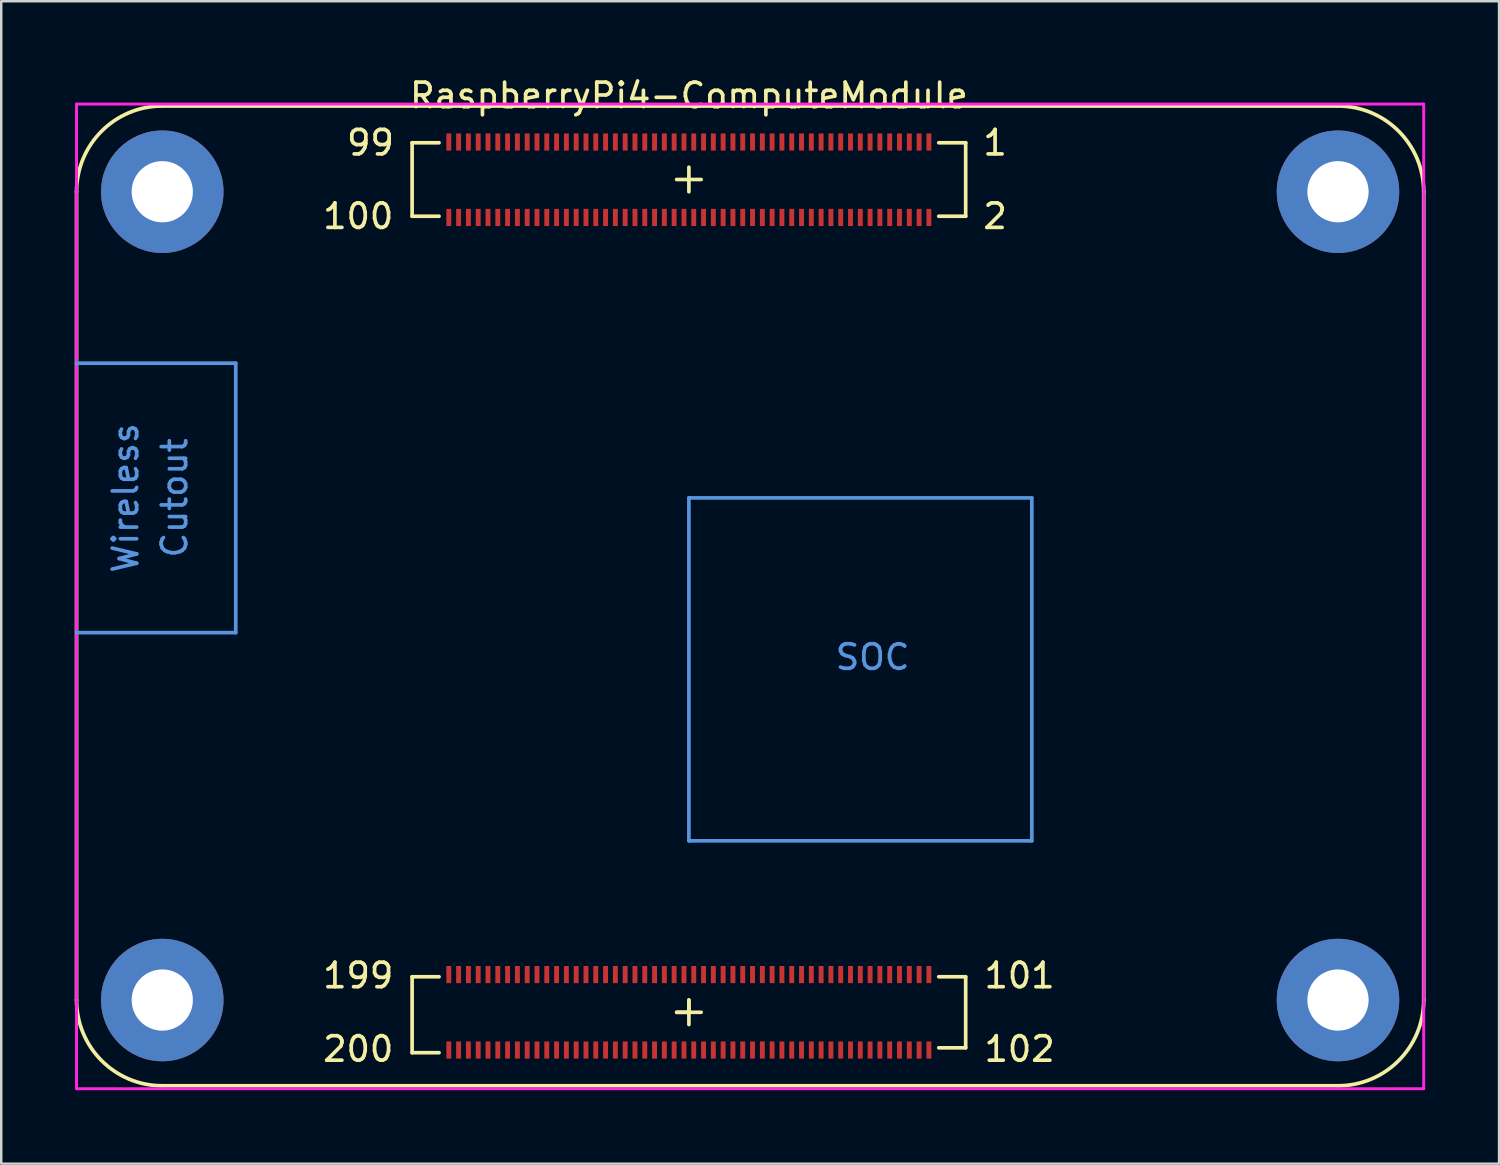
<source format=kicad_pcb>
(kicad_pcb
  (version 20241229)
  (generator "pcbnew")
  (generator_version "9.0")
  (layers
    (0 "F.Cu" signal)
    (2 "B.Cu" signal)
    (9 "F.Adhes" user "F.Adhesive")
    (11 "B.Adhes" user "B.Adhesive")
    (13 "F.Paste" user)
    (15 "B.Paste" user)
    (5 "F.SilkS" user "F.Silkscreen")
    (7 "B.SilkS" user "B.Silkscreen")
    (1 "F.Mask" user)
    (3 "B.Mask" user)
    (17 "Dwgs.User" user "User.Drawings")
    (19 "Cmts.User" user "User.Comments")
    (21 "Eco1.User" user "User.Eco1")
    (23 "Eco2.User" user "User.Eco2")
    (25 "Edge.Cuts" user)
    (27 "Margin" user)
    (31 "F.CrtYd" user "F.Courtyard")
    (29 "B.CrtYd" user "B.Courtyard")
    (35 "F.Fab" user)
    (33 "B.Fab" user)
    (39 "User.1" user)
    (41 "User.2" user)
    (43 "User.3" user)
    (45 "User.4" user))
  (footprint "RaspberryPi4-ComputeModule"
    (layer "F.Cu")
    (at 25.075 21.598)
    (property "Reference" "RaspberryPi4-ComputeModule" (at 0 -20.75 0) (layer "F.SilkS") (effects (font (size 1 1) (thickness 0.15))))
    (attr through_hole)
    (fp_line (start -25 16.18) (end -25 -16.82) (stroke (width 0.15) (type solid)) (layer "F.SilkS"))
    (fp_line (start -21.5 -20.32) (end 26.5 -20.32) (stroke (width 0.15) (type solid)) (layer "F.SilkS"))
    (fp_line (start -21.5 19.68) (end 26.5 19.68) (stroke (width 0.15) (type solid)) (layer "F.SilkS"))
    (fp_line (start -11.3 -18.82) (end -11.3 -15.82) (stroke (width 0.15) (type solid)) (layer "F.SilkS"))
    (fp_line (start -11.3 -18.82) (end -10.2 -18.82) (stroke (width 0.15) (type solid)) (layer "F.SilkS"))
    (fp_line (start -11.3 -15.82) (end -10.2 -15.82) (stroke (width 0.15) (type solid)) (layer "F.SilkS"))
    (fp_line (start -11.3 15.23) (end -11.3 18.33) (stroke (width 0.15) (type solid)) (layer "F.SilkS"))
    (fp_line (start -11.3 18.33) (end -10.2 18.33) (stroke (width 0.15) (type solid)) (layer "F.SilkS"))
    (fp_line (start -10.2 15.23) (end -11.3 15.23) (stroke (width 0.15) (type solid)) (layer "F.SilkS"))
    (fp_line (start -0.5 -17.32) (end 0.5 -17.32) (stroke (width 0.15) (type solid)) (layer "F.SilkS"))
    (fp_line (start -0.5 16.68) (end 0 16.68) (stroke (width 0.15) (type solid)) (layer "F.SilkS"))
    (fp_line (start 0 -17.82) (end 0 -16.82) (stroke (width 0.15) (type solid)) (layer "F.SilkS"))
    (fp_line (start 0 16.18) (end 0 16.68) (stroke (width 0.15) (type solid)) (layer "F.SilkS"))
    (fp_line (start 0 16.68) (end -0.5 16.68) (stroke (width 0.15) (type solid)) (layer "F.SilkS"))
    (fp_line (start 0 16.68) (end 0 16.18) (stroke (width 0.15) (type solid)) (layer "F.SilkS"))
    (fp_line (start 0 16.68) (end 0 17.18) (stroke (width 0.15) (type solid)) (layer "F.SilkS"))
    (fp_line (start 0 16.68) (end 0.5 16.68) (stroke (width 0.15) (type solid)) (layer "F.SilkS"))
    (fp_line (start 10.2 15.23) (end 11.3 15.23) (stroke (width 0.15) (type solid)) (layer "F.SilkS"))
    (fp_line (start 11.3 -18.82) (end 10.2 -18.82) (stroke (width 0.15) (type solid)) (layer "F.SilkS"))
    (fp_line (start 11.3 -18.82) (end 11.3 -15.82) (stroke (width 0.15) (type solid)) (layer "F.SilkS"))
    (fp_line (start 11.3 -15.82) (end 10.2 -15.82) (stroke (width 0.15) (type solid)) (layer "F.SilkS"))
    (fp_line (start 11.3 15.23) (end 11.3 18.13) (stroke (width 0.15) (type solid)) (layer "F.SilkS"))
    (fp_line (start 11.3 18.13) (end 10.2 18.13) (stroke (width 0.15) (type solid)) (layer "F.SilkS"))
    (fp_line (start 30 -16.82) (end 30 16.18) (stroke (width 0.15) (type solid)) (layer "F.SilkS"))
    (fp_arc (start -25 -16.82) (mid -23.974874 -19.294874) (end -21.5 -20.32) (stroke (width 0.15) (type solid)) (layer "F.SilkS"))
    (fp_arc (start -21.5 19.68) (mid -23.974874 18.654874) (end -25 16.18) (stroke (width 0.15) (type solid)) (layer "F.SilkS"))
    (fp_arc (start 26.5 -20.32) (mid 28.974874 -19.294874) (end 30 -16.82) (stroke (width 0.15) (type solid)) (layer "F.SilkS"))
    (fp_arc (start 30 16.18) (mid 28.974874 18.654874) (end 26.5 19.68) (stroke (width 0.15) (type solid)) (layer "F.SilkS"))
    (fp_line (start -25 1.18) (end -18.5 1.18) (stroke (width 0.15) (type solid)) (layer "Cmts.User"))
    (fp_line (start -18.5 -9.82) (end -25 -9.82) (stroke (width 0.15) (type solid)) (layer "Cmts.User"))
    (fp_line (start -18.5 1.18) (end -18.5 -9.82) (stroke (width 0.15) (type solid)) (layer "Cmts.User"))
    (fp_line (start 0 -4.32) (end 14 -4.32) (stroke (width 0.15) (type solid)) (layer "Cmts.User"))
    (fp_line (start 0 9.68) (end 0 -4.32) (stroke (width 0.15) (type solid)) (layer "Cmts.User"))
    (fp_line (start 14 -4.32) (end 14 9.68) (stroke (width 0.15) (type solid)) (layer "Cmts.User"))
    (fp_line (start 14 9.68) (end 0 9.68) (stroke (width 0.15) (type solid)) (layer "Cmts.User"))
    (fp_line (start -25 -20.4) (end 30 -20.4) (stroke (width 0.12) (type solid)) (layer "F.CrtYd"))
    (fp_line (start -25 19.8) (end -25 -20.4) (stroke (width 0.12) (type solid)) (layer "F.CrtYd"))
    (fp_line (start 30 -20.4) (end 30 19.8) (stroke (width 0.12) (type solid)) (layer "F.CrtYd"))
    (fp_line (start 30 19.8) (end -25 19.8) (stroke (width 0.12) (type solid)) (layer "F.CrtYd"))
    (fp_text user "100" (at -13.5 -15.82 0) (layer "F.SilkS") (effects (font (size 1 1) (thickness 0.15))))
    (fp_text user "199" (at -13.5 15.18 0) (layer "F.SilkS") (effects (font (size 1 1) (thickness 0.15))))
    (fp_text user "200" (at -13.5 18.18 0) (layer "F.SilkS") (effects (font (size 1 1) (thickness 0.15))))
    (fp_text user "99" (at -13 -18.82 0) (layer "F.SilkS") (effects (font (size 1 1) (thickness 0.15))))
    (fp_text user "1" (at 12.5 -18.82 0) (layer "F.SilkS") (effects (font (size 1 1) (thickness 0.15))))
    (fp_text user "102" (at 13.5 18.18 0) (layer "F.SilkS") (effects (font (size 1 1) (thickness 0.15))))
    (fp_text user "2" (at 12.5 -15.82 0) (layer "F.SilkS") (effects (font (size 1 1) (thickness 0.15))))
    (fp_text user "101" (at 13.5 15.18 0) (layer "F.SilkS") (effects (font (size 1 1) (thickness 0.15))))
    (fp_text user "Cutout" (at -21 -4.32 270) (layer "Cmts.User") (effects (font (size 1 1) (thickness 0.15))))
    (fp_text user "Wireless" (at -23 -4.32 90) (layer "Cmts.User") (effects (font (size 1 1) (thickness 0.15))))
    (fp_text user "SOC" (at 7.5 2.18 0) (layer "Cmts.User") (effects (font (size 1 1) (thickness 0.15))))
    (pad "1" smd rect (at 9.798 -18.85 180) (size 0.2 0.7) (layers "F.Cu" "F.Mask" "F.Paste"))
    (pad "2" smd rect (at 9.798 -15.77 180) (size 0.2 0.7) (layers "F.Cu" "F.Mask" "F.Paste"))
    (pad "3" smd rect (at 9.398 -18.85 180) (size 0.2 0.7) (layers "F.Cu" "F.Mask" "F.Paste"))
    (pad "4" smd rect (at 9.398 -15.77 180) (size 0.2 0.7) (layers "F.Cu" "F.Mask" "F.Paste"))
    (pad "5" smd rect (at 8.998 -18.85 180) (size 0.2 0.7) (layers "F.Cu" "F.Mask" "F.Paste"))
    (pad "6" smd rect (at 8.998 -15.77 180) (size 0.2 0.7) (layers "F.Cu" "F.Mask" "F.Paste"))
    (pad "7" smd rect (at 8.598 -18.85 180) (size 0.2 0.7) (layers "F.Cu" "F.Mask" "F.Paste"))
    (pad "8" smd rect (at 8.598 -15.77 180) (size 0.2 0.7) (layers "F.Cu" "F.Mask" "F.Paste"))
    (pad "9" smd rect (at 8.198 -18.85 180) (size 0.2 0.7) (layers "F.Cu" "F.Mask" "F.Paste"))
    (pad "10" smd rect (at 8.198 -15.77 180) (size 0.2 0.7) (layers "F.Cu" "F.Mask" "F.Paste"))
    (pad "11" smd rect (at 7.798 -18.85 180) (size 0.2 0.7) (layers "F.Cu" "F.Mask" "F.Paste"))
    (pad "12" smd rect (at 7.798 -15.77 180) (size 0.2 0.7) (layers "F.Cu" "F.Mask" "F.Paste"))
    (pad "13" smd rect (at 7.398 -18.85 180) (size 0.2 0.7) (layers "F.Cu" "F.Mask" "F.Paste"))
    (pad "14" smd rect (at 7.398 -15.77 180) (size 0.2 0.7) (layers "F.Cu" "F.Mask" "F.Paste"))
    (pad "15" smd rect (at 6.998 -18.85 180) (size 0.2 0.7) (layers "F.Cu" "F.Mask" "F.Paste"))
    (pad "16" smd rect (at 6.998 -15.77 180) (size 0.2 0.7) (layers "F.Cu" "F.Mask" "F.Paste"))
    (pad "17" smd rect (at 6.598 -18.85 180) (size 0.2 0.7) (layers "F.Cu" "F.Mask" "F.Paste"))
    (pad "18" smd rect (at 6.598 -15.77 180) (size 0.2 0.7) (layers "F.Cu" "F.Mask" "F.Paste"))
    (pad "19" smd rect (at 6.198 -18.85 180) (size 0.2 0.7) (layers "F.Cu" "F.Mask" "F.Paste"))
    (pad "20" smd rect (at 6.198 -15.77 180) (size 0.2 0.7) (layers "F.Cu" "F.Mask" "F.Paste"))
    (pad "21" smd rect (at 5.798 -18.85 180) (size 0.2 0.7) (layers "F.Cu" "F.Mask" "F.Paste"))
    (pad "22" smd rect (at 5.798 -15.77 180) (size 0.2 0.7) (layers "F.Cu" "F.Mask" "F.Paste"))
    (pad "23" smd rect (at 5.398 -18.85 180) (size 0.2 0.7) (layers "F.Cu" "F.Mask" "F.Paste"))
    (pad "24" smd rect (at 5.398 -15.77 180) (size 0.2 0.7) (layers "F.Cu" "F.Mask" "F.Paste"))
    (pad "25" smd rect (at 4.998 -18.85 180) (size 0.2 0.7) (layers "F.Cu" "F.Mask" "F.Paste"))
    (pad "26" smd rect (at 4.998 -15.77 180) (size 0.2 0.7) (layers "F.Cu" "F.Mask" "F.Paste"))
    (pad "27" smd rect (at 4.598 -18.85 180) (size 0.2 0.7) (layers "F.Cu" "F.Mask" "F.Paste"))
    (pad "28" smd rect (at 4.598 -15.77 180) (size 0.2 0.7) (layers "F.Cu" "F.Mask" "F.Paste"))
    (pad "29" smd rect (at 4.198 -18.85 180) (size 0.2 0.7) (layers "F.Cu" "F.Mask" "F.Paste"))
    (pad "30" smd rect (at 4.198 -15.77 180) (size 0.2 0.7) (layers "F.Cu" "F.Mask" "F.Paste"))
    (pad "31" smd rect (at 3.798 -18.85 180) (size 0.2 0.7) (layers "F.Cu" "F.Mask" "F.Paste"))
    (pad "32" smd rect (at 3.798 -15.77 180) (size 0.2 0.7) (layers "F.Cu" "F.Mask" "F.Paste"))
    (pad "33" smd rect (at 3.398 -18.85 180) (size 0.2 0.7) (layers "F.Cu" "F.Mask" "F.Paste"))
    (pad "34" smd rect (at 3.398 -15.77 180) (size 0.2 0.7) (layers "F.Cu" "F.Mask" "F.Paste"))
    (pad "35" smd rect (at 2.998 -18.85 180) (size 0.2 0.7) (layers "F.Cu" "F.Mask" "F.Paste"))
    (pad "36" smd rect (at 2.998 -15.77 180) (size 0.2 0.7) (layers "F.Cu" "F.Mask" "F.Paste"))
    (pad "37" smd rect (at 2.598 -18.85 180) (size 0.2 0.7) (layers "F.Cu" "F.Mask" "F.Paste"))
    (pad "38" smd rect (at 2.598 -15.77 180) (size 0.2 0.7) (layers "F.Cu" "F.Mask" "F.Paste"))
    (pad "39" smd rect (at 2.198 -18.85 180) (size 0.2 0.7) (layers "F.Cu" "F.Mask" "F.Paste"))
    (pad "40" smd rect (at 2.198 -15.77 180) (size 0.2 0.7) (layers "F.Cu" "F.Mask" "F.Paste"))
    (pad "41" smd rect (at 1.798 -18.85 180) (size 0.2 0.7) (layers "F.Cu" "F.Mask" "F.Paste"))
    (pad "42" smd rect (at 1.798 -15.77 180) (size 0.2 0.7) (layers "F.Cu" "F.Mask" "F.Paste"))
    (pad "43" smd rect (at 1.398 -18.85 180) (size 0.2 0.7) (layers "F.Cu" "F.Mask" "F.Paste"))
    (pad "44" smd rect (at 1.398 -15.77 180) (size 0.2 0.7) (layers "F.Cu" "F.Mask" "F.Paste"))
    (pad "45" smd rect (at 0.998 -18.85 180) (size 0.2 0.7) (layers "F.Cu" "F.Mask" "F.Paste"))
    (pad "46" smd rect (at 0.998 -15.77 180) (size 0.2 0.7) (layers "F.Cu" "F.Mask" "F.Paste"))
    (pad "47" smd rect (at 0.598 -18.85 180) (size 0.2 0.7) (layers "F.Cu" "F.Mask" "F.Paste"))
    (pad "48" smd rect (at 0.598 -15.77 180) (size 0.2 0.7) (layers "F.Cu" "F.Mask" "F.Paste"))
    (pad "49" smd rect (at 0.198 -18.85 180) (size 0.2 0.7) (layers "F.Cu" "F.Mask" "F.Paste"))
    (pad "50" smd rect (at 0.198 -15.77 180) (size 0.2 0.7) (layers "F.Cu" "F.Mask" "F.Paste"))
    (pad "51" smd rect (at -0.202 -18.85 180) (size 0.2 0.7) (layers "F.Cu" "F.Mask" "F.Paste"))
    (pad "52" smd rect (at -0.202 -15.77 180) (size 0.2 0.7) (layers "F.Cu" "F.Mask" "F.Paste"))
    (pad "53" smd rect (at -0.602 -18.85 180) (size 0.2 0.7) (layers "F.Cu" "F.Mask" "F.Paste"))
    (pad "54" smd rect (at -0.602 -15.77 180) (size 0.2 0.7) (layers "F.Cu" "F.Mask" "F.Paste"))
    (pad "55" smd rect (at -1.002 -18.85 180) (size 0.2 0.7) (layers "F.Cu" "F.Mask" "F.Paste"))
    (pad "56" smd rect (at -1.002 -15.77 180) (size 0.2 0.7) (layers "F.Cu" "F.Mask" "F.Paste"))
    (pad "57" smd rect (at -1.402 -18.85 180) (size 0.2 0.7) (layers "F.Cu" "F.Mask" "F.Paste"))
    (pad "58" smd rect (at -1.402 -15.77 180) (size 0.2 0.7) (layers "F.Cu" "F.Mask" "F.Paste"))
    (pad "59" smd rect (at -1.802 -18.85 180) (size 0.2 0.7) (layers "F.Cu" "F.Mask" "F.Paste"))
    (pad "60" smd rect (at -1.802 -15.77 180) (size 0.2 0.7) (layers "F.Cu" "F.Mask" "F.Paste"))
    (pad "61" smd rect (at -2.202 -18.85 180) (size 0.2 0.7) (layers "F.Cu" "F.Mask" "F.Paste"))
    (pad "62" smd rect (at -2.202 -15.77 180) (size 0.2 0.7) (layers "F.Cu" "F.Mask" "F.Paste"))
    (pad "63" smd rect (at -2.602 -18.85 180) (size 0.2 0.7) (layers "F.Cu" "F.Mask" "F.Paste"))
    (pad "64" smd rect (at -2.602 -15.77 180) (size 0.2 0.7) (layers "F.Cu" "F.Mask" "F.Paste"))
    (pad "65" smd rect (at -3.002 -18.85 180) (size 0.2 0.7) (layers "F.Cu" "F.Mask" "F.Paste"))
    (pad "66" smd rect (at -3.002 -15.77 180) (size 0.2 0.7) (layers "F.Cu" "F.Mask" "F.Paste"))
    (pad "67" smd rect (at -3.402 -18.85 180) (size 0.2 0.7) (layers "F.Cu" "F.Mask" "F.Paste"))
    (pad "68" smd rect (at -3.402 -15.77 180) (size 0.2 0.7) (layers "F.Cu" "F.Mask" "F.Paste"))
    (pad "69" smd rect (at -3.802 -18.85 180) (size 0.2 0.7) (layers "F.Cu" "F.Mask" "F.Paste"))
    (pad "70" smd rect (at -3.802 -15.77 180) (size 0.2 0.7) (layers "F.Cu" "F.Mask" "F.Paste"))
    (pad "71" smd rect (at -4.202 -18.85 180) (size 0.2 0.7) (layers "F.Cu" "F.Mask" "F.Paste"))
    (pad "72" smd rect (at -4.202 -15.77 180) (size 0.2 0.7) (layers "F.Cu" "F.Mask" "F.Paste"))
    (pad "73" smd rect (at -4.602 -18.85 180) (size 0.2 0.7) (layers "F.Cu" "F.Mask" "F.Paste"))
    (pad "74" smd rect (at -4.602 -15.77 180) (size 0.2 0.7) (layers "F.Cu" "F.Mask" "F.Paste"))
    (pad "75" smd rect (at -5.002 -18.85 180) (size 0.2 0.7) (layers "F.Cu" "F.Mask" "F.Paste"))
    (pad "76" smd rect (at -5.002 -15.77 180) (size 0.2 0.7) (layers "F.Cu" "F.Mask" "F.Paste"))
    (pad "77" smd rect (at -5.402 -18.85 180) (size 0.2 0.7) (layers "F.Cu" "F.Mask" "F.Paste"))
    (pad "78" smd rect (at -5.402 -15.77 180) (size 0.2 0.7) (layers "F.Cu" "F.Mask" "F.Paste"))
    (pad "79" smd rect (at -5.802 -18.85 180) (size 0.2 0.7) (layers "F.Cu" "F.Mask" "F.Paste"))
    (pad "80" smd rect (at -5.802 -15.77 180) (size 0.2 0.7) (layers "F.Cu" "F.Mask" "F.Paste"))
    (pad "81" smd rect (at -6.202 -18.85 180) (size 0.2 0.7) (layers "F.Cu" "F.Mask" "F.Paste"))
    (pad "82" smd rect (at -6.202 -15.77 180) (size 0.2 0.7) (layers "F.Cu" "F.Mask" "F.Paste"))
    (pad "83" smd rect (at -6.602 -18.85 180) (size 0.2 0.7) (layers "F.Cu" "F.Mask" "F.Paste"))
    (pad "84" smd rect (at -6.602 -15.77 180) (size 0.2 0.7) (layers "F.Cu" "F.Mask" "F.Paste"))
    (pad "85" smd rect (at -7.002 -18.85 180) (size 0.2 0.7) (layers "F.Cu" "F.Mask" "F.Paste"))
    (pad "86" smd rect (at -7.002 -15.77 180) (size 0.2 0.7) (layers "F.Cu" "F.Mask" "F.Paste"))
    (pad "87" smd rect (at -7.402 -18.85 180) (size 0.2 0.7) (layers "F.Cu" "F.Mask" "F.Paste"))
    (pad "88" smd rect (at -7.402 -15.77 180) (size 0.2 0.7) (layers "F.Cu" "F.Mask" "F.Paste"))
    (pad "89" smd rect (at -7.802 -18.85 180) (size 0.2 0.7) (layers "F.Cu" "F.Mask" "F.Paste"))
    (pad "90" smd rect (at -7.802 -15.77 180) (size 0.2 0.7) (layers "F.Cu" "F.Mask" "F.Paste"))
    (pad "91" smd rect (at -8.202 -18.85 180) (size 0.2 0.7) (layers "F.Cu" "F.Mask" "F.Paste"))
    (pad "92" smd rect (at -8.202 -15.77 180) (size 0.2 0.7) (layers "F.Cu" "F.Mask" "F.Paste"))
    (pad "93" smd rect (at -8.602 -18.85 180) (size 0.2 0.7) (layers "F.Cu" "F.Mask" "F.Paste"))
    (pad "94" smd rect (at -8.602 -15.77 180) (size 0.2 0.7) (layers "F.Cu" "F.Mask" "F.Paste"))
    (pad "95" smd rect (at -9.002 -18.85 180) (size 0.2 0.7) (layers "F.Cu" "F.Mask" "F.Paste"))
    (pad "96" smd rect (at -9.002 -15.77 180) (size 0.2 0.7) (layers "F.Cu" "F.Mask" "F.Paste"))
    (pad "97" smd rect (at -9.402 -18.85 180) (size 0.2 0.7) (layers "F.Cu" "F.Mask" "F.Paste"))
    (pad "98" smd rect (at -9.402 -15.77 180) (size 0.2 0.7) (layers "F.Cu" "F.Mask" "F.Paste"))
    (pad "99" smd rect (at -9.802 -18.85 180) (size 0.2 0.7) (layers "F.Cu" "F.Mask" "F.Paste"))
    (pad "100" smd rect (at -9.802 -15.77 180) (size 0.2 0.7) (layers "F.Cu" "F.Mask" "F.Paste"))
    (pad "101" smd rect (at 9.798 15.14 180) (size 0.2 0.7) (layers "F.Cu" "F.Mask" "F.Paste"))
    (pad "102" smd rect (at 9.798 18.22 180) (size 0.2 0.7) (layers "F.Cu" "F.Mask" "F.Paste"))
    (pad "103" smd rect (at 9.398 15.14 180) (size 0.2 0.7) (layers "F.Cu" "F.Mask" "F.Paste"))
    (pad "104" smd rect (at 9.398 18.22 180) (size 0.2 0.7) (layers "F.Cu" "F.Mask" "F.Paste"))
    (pad "105" smd rect (at 8.998 15.14 180) (size 0.2 0.7) (layers "F.Cu" "F.Mask" "F.Paste"))
    (pad "106" smd rect (at 8.998 18.22 180) (size 0.2 0.7) (layers "F.Cu" "F.Mask" "F.Paste"))
    (pad "107" smd rect (at 8.598 15.14 180) (size 0.2 0.7) (layers "F.Cu" "F.Mask" "F.Paste"))
    (pad "108" smd rect (at 8.598 18.22 180) (size 0.2 0.7) (layers "F.Cu" "F.Mask" "F.Paste"))
    (pad "109" smd rect (at 8.198 15.14 180) (size 0.2 0.7) (layers "F.Cu" "F.Mask" "F.Paste"))
    (pad "110" smd rect (at 8.198 18.22 180) (size 0.2 0.7) (layers "F.Cu" "F.Mask" "F.Paste"))
    (pad "111" smd rect (at 7.798 15.14 180) (size 0.2 0.7) (layers "F.Cu" "F.Mask" "F.Paste"))
    (pad "112" smd rect (at 7.798 18.22 180) (size 0.2 0.7) (layers "F.Cu" "F.Mask" "F.Paste"))
    (pad "113" smd rect (at 7.398 15.14 180) (size 0.2 0.7) (layers "F.Cu" "F.Mask" "F.Paste"))
    (pad "114" smd rect (at 7.398 18.22 180) (size 0.2 0.7) (layers "F.Cu" "F.Mask" "F.Paste"))
    (pad "115" smd rect (at 6.998 15.14 180) (size 0.2 0.7) (layers "F.Cu" "F.Mask" "F.Paste"))
    (pad "116" smd rect (at 6.998 18.22 180) (size 0.2 0.7) (layers "F.Cu" "F.Mask" "F.Paste"))
    (pad "117" smd rect (at 6.598 15.14 180) (size 0.2 0.7) (layers "F.Cu" "F.Mask" "F.Paste"))
    (pad "118" smd rect (at 6.598 18.22 180) (size 0.2 0.7) (layers "F.Cu" "F.Mask" "F.Paste"))
    (pad "119" smd rect (at 6.198 15.14 180) (size 0.2 0.7) (layers "F.Cu" "F.Mask" "F.Paste"))
    (pad "120" smd rect (at 6.198 18.22 180) (size 0.2 0.7) (layers "F.Cu" "F.Mask" "F.Paste"))
    (pad "121" smd rect (at 5.798 15.14 180) (size 0.2 0.7) (layers "F.Cu" "F.Mask" "F.Paste"))
    (pad "122" smd rect (at 5.798 18.22 180) (size 0.2 0.7) (layers "F.Cu" "F.Mask" "F.Paste"))
    (pad "123" smd rect (at 5.398 15.14 180) (size 0.2 0.7) (layers "F.Cu" "F.Mask" "F.Paste"))
    (pad "124" smd rect (at 5.398 18.22 180) (size 0.2 0.7) (layers "F.Cu" "F.Mask" "F.Paste"))
    (pad "125" smd rect (at 4.998 15.14 180) (size 0.2 0.7) (layers "F.Cu" "F.Mask" "F.Paste"))
    (pad "126" smd rect (at 4.998 18.22 180) (size 0.2 0.7) (layers "F.Cu" "F.Mask" "F.Paste"))
    (pad "127" smd rect (at 4.598 15.14 180) (size 0.2 0.7) (layers "F.Cu" "F.Mask" "F.Paste"))
    (pad "128" smd rect (at 4.598 18.22 180) (size 0.2 0.7) (layers "F.Cu" "F.Mask" "F.Paste"))
    (pad "129" smd rect (at 4.198 15.14 180) (size 0.2 0.7) (layers "F.Cu" "F.Mask" "F.Paste"))
    (pad "130" smd rect (at 4.198 18.22 180) (size 0.2 0.7) (layers "F.Cu" "F.Mask" "F.Paste"))
    (pad "131" smd rect (at 3.798 15.14 180) (size 0.2 0.7) (layers "F.Cu" "F.Mask" "F.Paste"))
    (pad "132" smd rect (at 3.798 18.22 180) (size 0.2 0.7) (layers "F.Cu" "F.Mask" "F.Paste"))
    (pad "133" smd rect (at 3.398 15.14 180) (size 0.2 0.7) (layers "F.Cu" "F.Mask" "F.Paste"))
    (pad "134" smd rect (at 3.398 18.22 180) (size 0.2 0.7) (layers "F.Cu" "F.Mask" "F.Paste"))
    (pad "135" smd rect (at 2.998 15.14 180) (size 0.2 0.7) (layers "F.Cu" "F.Mask" "F.Paste"))
    (pad "136" smd rect (at 2.998 18.22 180) (size 0.2 0.7) (layers "F.Cu" "F.Mask" "F.Paste"))
    (pad "137" smd rect (at 2.598 15.14 180) (size 0.2 0.7) (layers "F.Cu" "F.Mask" "F.Paste"))
    (pad "138" smd rect (at 2.598 18.22 180) (size 0.2 0.7) (layers "F.Cu" "F.Mask" "F.Paste"))
    (pad "139" smd rect (at 2.198 15.14 180) (size 0.2 0.7) (layers "F.Cu" "F.Mask" "F.Paste"))
    (pad "140" smd rect (at 2.198 18.22 180) (size 0.2 0.7) (layers "F.Cu" "F.Mask" "F.Paste"))
    (pad "141" smd rect (at 1.798 15.14 180) (size 0.2 0.7) (layers "F.Cu" "F.Mask" "F.Paste"))
    (pad "142" smd rect (at 1.798 18.22 180) (size 0.2 0.7) (layers "F.Cu" "F.Mask" "F.Paste"))
    (pad "143" smd rect (at 1.398 15.14 180) (size 0.2 0.7) (layers "F.Cu" "F.Mask" "F.Paste"))
    (pad "144" smd rect (at 1.398 18.22 180) (size 0.2 0.7) (layers "F.Cu" "F.Mask" "F.Paste"))
    (pad "145" smd rect (at 0.998 15.14 180) (size 0.2 0.7) (layers "F.Cu" "F.Mask" "F.Paste"))
    (pad "146" smd rect (at 0.998 18.22 180) (size 0.2 0.7) (layers "F.Cu" "F.Mask" "F.Paste"))
    (pad "147" smd rect (at 0.598 15.14 180) (size 0.2 0.7) (layers "F.Cu" "F.Mask" "F.Paste"))
    (pad "148" smd rect (at 0.598 18.22 180) (size 0.2 0.7) (layers "F.Cu" "F.Mask" "F.Paste"))
    (pad "149" smd rect (at 0.198 15.14 180) (size 0.2 0.7) (layers "F.Cu" "F.Mask" "F.Paste"))
    (pad "150" smd rect (at 0.198 18.22 180) (size 0.2 0.7) (layers "F.Cu" "F.Mask" "F.Paste"))
    (pad "151" smd rect (at -0.202 15.14 180) (size 0.2 0.7) (layers "F.Cu" "F.Mask" "F.Paste"))
    (pad "152" smd rect (at -0.202 18.22 180) (size 0.2 0.7) (layers "F.Cu" "F.Mask" "F.Paste"))
    (pad "153" smd rect (at -0.602 15.14 180) (size 0.2 0.7) (layers "F.Cu" "F.Mask" "F.Paste"))
    (pad "154" smd rect (at -0.602 18.22 180) (size 0.2 0.7) (layers "F.Cu" "F.Mask" "F.Paste"))
    (pad "155" smd rect (at -1.002 15.14 180) (size 0.2 0.7) (layers "F.Cu" "F.Mask" "F.Paste"))
    (pad "156" smd rect (at -1.002 18.22 180) (size 0.2 0.7) (layers "F.Cu" "F.Mask" "F.Paste"))
    (pad "157" smd rect (at -1.402 15.14 180) (size 0.2 0.7) (layers "F.Cu" "F.Mask" "F.Paste"))
    (pad "158" smd rect (at -1.402 18.22 180) (size 0.2 0.7) (layers "F.Cu" "F.Mask" "F.Paste"))
    (pad "159" smd rect (at -1.802 15.14 180) (size 0.2 0.7) (layers "F.Cu" "F.Mask" "F.Paste"))
    (pad "160" smd rect (at -1.802 18.22 180) (size 0.2 0.7) (layers "F.Cu" "F.Mask" "F.Paste"))
    (pad "161" smd rect (at -2.202 15.14 180) (size 0.2 0.7) (layers "F.Cu" "F.Mask" "F.Paste"))
    (pad "162" smd rect (at -2.202 18.22 180) (size 0.2 0.7) (layers "F.Cu" "F.Mask" "F.Paste"))
    (pad "163" smd rect (at -2.602 15.14 180) (size 0.2 0.7) (layers "F.Cu" "F.Mask" "F.Paste"))
    (pad "164" smd rect (at -2.602 18.22 180) (size 0.2 0.7) (layers "F.Cu" "F.Mask" "F.Paste"))
    (pad "165" smd rect (at -3.002 15.14 180) (size 0.2 0.7) (layers "F.Cu" "F.Mask" "F.Paste"))
    (pad "166" smd rect (at -3.002 18.22 180) (size 0.2 0.7) (layers "F.Cu" "F.Mask" "F.Paste"))
    (pad "167" smd rect (at -3.402 15.14 180) (size 0.2 0.7) (layers "F.Cu" "F.Mask" "F.Paste"))
    (pad "168" smd rect (at -3.402 18.22 180) (size 0.2 0.7) (layers "F.Cu" "F.Mask" "F.Paste"))
    (pad "169" smd rect (at -3.802 15.14 180) (size 0.2 0.7) (layers "F.Cu" "F.Mask" "F.Paste"))
    (pad "170" smd rect (at -3.802 18.22 180) (size 0.2 0.7) (layers "F.Cu" "F.Mask" "F.Paste"))
    (pad "171" smd rect (at -4.202 15.14 180) (size 0.2 0.7) (layers "F.Cu" "F.Mask" "F.Paste"))
    (pad "172" smd rect (at -4.202 18.22 180) (size 0.2 0.7) (layers "F.Cu" "F.Mask" "F.Paste"))
    (pad "173" smd rect (at -4.602 15.14 180) (size 0.2 0.7) (layers "F.Cu" "F.Mask" "F.Paste"))
    (pad "174" smd rect (at -4.602 18.22 180) (size 0.2 0.7) (layers "F.Cu" "F.Mask" "F.Paste"))
    (pad "175" smd rect (at -5.002 15.14 180) (size 0.2 0.7) (layers "F.Cu" "F.Mask" "F.Paste"))
    (pad "176" smd rect (at -5.002 18.22 180) (size 0.2 0.7) (layers "F.Cu" "F.Mask" "F.Paste"))
    (pad "177" smd rect (at -5.402 15.14 180) (size 0.2 0.7) (layers "F.Cu" "F.Mask" "F.Paste"))
    (pad "178" smd rect (at -5.402 18.22 180) (size 0.2 0.7) (layers "F.Cu" "F.Mask" "F.Paste"))
    (pad "179" smd rect (at -5.802 15.14 180) (size 0.2 0.7) (layers "F.Cu" "F.Mask" "F.Paste"))
    (pad "180" smd rect (at -5.802 18.22 180) (size 0.2 0.7) (layers "F.Cu" "F.Mask" "F.Paste"))
    (pad "181" smd rect (at -6.202 15.14 180) (size 0.2 0.7) (layers "F.Cu" "F.Mask" "F.Paste"))
    (pad "182" smd rect (at -6.202 18.22 180) (size 0.2 0.7) (layers "F.Cu" "F.Mask" "F.Paste"))
    (pad "183" smd rect (at -6.602 15.14 180) (size 0.2 0.7) (layers "F.Cu" "F.Mask" "F.Paste"))
    (pad "184" smd rect (at -6.602 18.22 180) (size 0.2 0.7) (layers "F.Cu" "F.Mask" "F.Paste"))
    (pad "185" smd rect (at -7.002 15.14 180) (size 0.2 0.7) (layers "F.Cu" "F.Mask" "F.Paste"))
    (pad "186" smd rect (at -7.002 18.22 180) (size 0.2 0.7) (layers "F.Cu" "F.Mask" "F.Paste"))
    (pad "187" smd rect (at -7.402 15.14 180) (size 0.2 0.7) (layers "F.Cu" "F.Mask" "F.Paste"))
    (pad "188" smd rect (at -7.402 18.22 180) (size 0.2 0.7) (layers "F.Cu" "F.Mask" "F.Paste"))
    (pad "189" smd rect (at -7.802 15.14 180) (size 0.2 0.7) (layers "F.Cu" "F.Mask" "F.Paste"))
    (pad "190" smd rect (at -7.802 18.22 180) (size 0.2 0.7) (layers "F.Cu" "F.Mask" "F.Paste"))
    (pad "191" smd rect (at -8.202 15.14 180) (size 0.2 0.7) (layers "F.Cu" "F.Mask" "F.Paste"))
    (pad "192" smd rect (at -8.202 18.22 180) (size 0.2 0.7) (layers "F.Cu" "F.Mask" "F.Paste"))
    (pad "193" smd rect (at -8.602 18.22 180) (size 0.2 0.7) (layers "F.Cu" "F.Mask" "F.Paste"))
    (pad "194" smd rect (at -8.602 15.14 180) (size 0.2 0.7) (layers "F.Cu" "F.Mask" "F.Paste"))
    (pad "195" smd rect (at -9.002 18.22 180) (size 0.2 0.7) (layers "F.Cu" "F.Mask" "F.Paste"))
    (pad "196" smd rect (at -9.002 15.14 180) (size 0.2 0.7) (layers "F.Cu" "F.Mask" "F.Paste"))
    (pad "197" smd rect (at -9.402 18.22 180) (size 0.2 0.7) (layers "F.Cu" "F.Mask" "F.Paste"))
    (pad "198" smd rect (at -9.402 15.14 180) (size 0.2 0.7) (layers "F.Cu" "F.Mask" "F.Paste"))
    (pad "199" smd rect (at -9.802 18.22 180) (size 0.2 0.7) (layers "F.Cu" "F.Mask" "F.Paste"))
    (pad "200" smd rect (at -9.802 15.14 180) (size 0.2 0.7) (layers "F.Cu" "F.Mask" "F.Paste"))
    (pad "MP" thru_hole circle (at -21.5 -16.82) (size 5 5) (drill 2.5) (layers "*.Cu" "*.Mask"))
    (pad "MP" thru_hole circle (at -21.5 16.18) (size 5 5) (drill 2.5) (layers "*.Cu" "*.Mask"))
    (pad "MP" thru_hole circle (at 26.5 -16.82) (size 5 5) (drill 2.5) (layers "*.Cu" "*.Mask"))
    (pad "MP" thru_hole circle (at 26.5 16.18) (size 5 5) (drill 2.5) (layers "*.Cu" "*.Mask")))
  (gr_rect
    (start -3 -3)
    (end 58.15 44.458)
    (stroke (width 0.1) (type default))
    (fill no)
    (layer "Edge.Cuts")))
</source>
